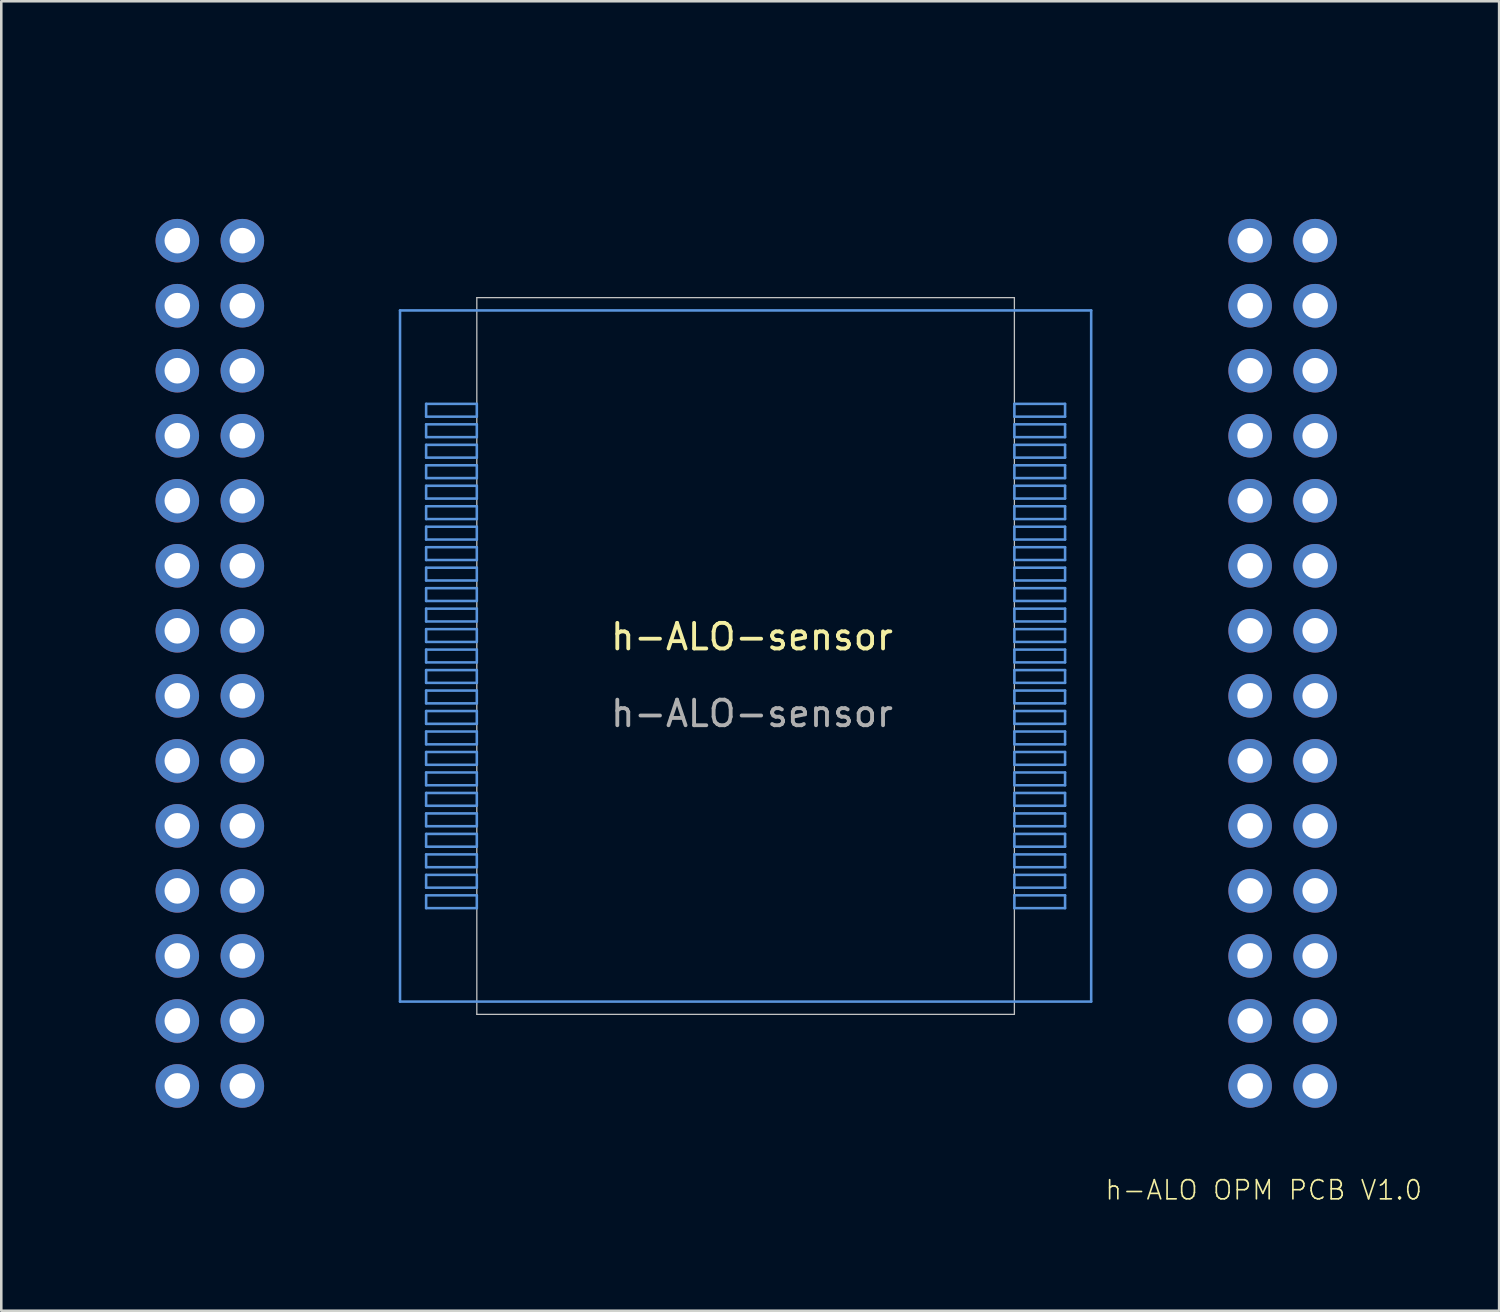
<source format=kicad_pcb>
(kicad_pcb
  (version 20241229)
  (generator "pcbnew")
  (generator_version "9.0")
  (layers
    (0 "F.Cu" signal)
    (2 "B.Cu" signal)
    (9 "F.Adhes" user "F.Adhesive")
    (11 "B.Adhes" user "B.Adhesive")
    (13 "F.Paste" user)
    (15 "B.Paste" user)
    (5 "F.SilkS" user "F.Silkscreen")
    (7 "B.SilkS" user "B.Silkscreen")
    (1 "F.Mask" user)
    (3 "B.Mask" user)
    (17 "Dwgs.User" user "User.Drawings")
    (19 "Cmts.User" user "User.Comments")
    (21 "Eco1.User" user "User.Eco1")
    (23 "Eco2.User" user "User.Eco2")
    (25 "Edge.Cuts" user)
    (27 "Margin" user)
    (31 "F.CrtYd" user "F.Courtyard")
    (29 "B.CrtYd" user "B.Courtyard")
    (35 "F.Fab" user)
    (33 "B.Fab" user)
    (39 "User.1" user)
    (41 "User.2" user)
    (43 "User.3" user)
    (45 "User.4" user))
  (footprint "h-ALO-sensor"
    (layer "F.Cu")
    (at 26.327 22.327)
    (property "Reference" "h-ALO-sensor" (at 0 -0.5 0) (unlocked yes) (layer "F.SilkS") (effects (font (size 1 1) (thickness 0.15))))
    (attr through_hole)
    (fp_line (start -26.25 -22.25) (end 25.75 -22.25) (stroke (width 0.154) (type solid)) (layer "F.Mask"))
    (fp_line (start -26.25 22.75) (end -26.25 -22.25) (stroke (width 0.154) (type solid)) (layer "F.Mask"))
    (fp_line (start 25.75 -22.25) (end 25.75 22.75) (stroke (width 0.154) (type solid)) (layer "F.Mask"))
    (fp_line (start 25.75 22.75) (end -26.25 22.75) (stroke (width 0.154) (type solid)) (layer "F.Mask"))
    (fp_line (start -26.25 -22.25) (end 25.75 -22.25) (stroke (width 0.154) (type solid)) (layer "B.Mask"))
    (fp_line (start -26.25 22.75) (end -26.25 -22.25) (stroke (width 0.154) (type solid)) (layer "B.Mask"))
    (fp_line (start 25.75 -22.25) (end 25.75 22.75) (stroke (width 0.154) (type solid)) (layer "B.Mask"))
    (fp_line (start 25.75 22.75) (end -26.25 22.75) (stroke (width 0.154) (type solid)) (layer "B.Mask"))
    (fp_line (start -10.75 -13.75) (end -10.75 14.25) (stroke (width 0.05) (type solid)) (layer "Dwgs.User"))
    (fp_line (start -10.75 -13.75) (end 10.25 -13.75) (stroke (width 0.05) (type solid)) (layer "Dwgs.User"))
    (fp_line (start -10.75 14.25) (end 10.25 14.25) (stroke (width 0.05) (type solid)) (layer "Dwgs.User"))
    (fp_line (start 10.25 -13.75) (end 10.25 14.25) (stroke (width 0.05) (type solid)) (layer "Dwgs.User"))
    (fp_line (start -13.75 -13.25) (end -13.75 13.75) (stroke (width 0.1) (type solid)) (layer "Cmts.User"))
    (fp_line (start -13.75 -13.25) (end 13.25 -13.25) (stroke (width 0.1) (type solid)) (layer "Cmts.User"))
    (fp_line (start -13.75 13.75) (end 13.25 13.75) (stroke (width 0.1) (type solid)) (layer "Cmts.User"))
    (fp_line (start -12.73 -9.6) (end -10.75 -9.6) (stroke (width 0.1) (type solid)) (layer "Cmts.User"))
    (fp_line (start -12.73 -9.1) (end -12.73 -9.6) (stroke (width 0.1) (type solid)) (layer "Cmts.User"))
    (fp_line (start -12.73 -9.1) (end -10.75 -9.1) (stroke (width 0.1) (type solid)) (layer "Cmts.User"))
    (fp_line (start -12.73 -8.8) (end -10.75 -8.8) (stroke (width 0.1) (type solid)) (layer "Cmts.User"))
    (fp_line (start -12.73 -8.3) (end -12.73 -8.8) (stroke (width 0.1) (type solid)) (layer "Cmts.User"))
    (fp_line (start -12.73 -8.3) (end -10.75 -8.3) (stroke (width 0.1) (type solid)) (layer "Cmts.User"))
    (fp_line (start -12.73 -8) (end -10.75 -8) (stroke (width 0.1) (type solid)) (layer "Cmts.User"))
    (fp_line (start -12.73 -7.5) (end -12.73 -8) (stroke (width 0.1) (type solid)) (layer "Cmts.User"))
    (fp_line (start -12.73 -7.5) (end -10.75 -7.5) (stroke (width 0.1) (type solid)) (layer "Cmts.User"))
    (fp_line (start -12.73 -7.2) (end -10.75 -7.2) (stroke (width 0.1) (type solid)) (layer "Cmts.User"))
    (fp_line (start -12.73 -6.7) (end -12.73 -7.2) (stroke (width 0.1) (type solid)) (layer "Cmts.User"))
    (fp_line (start -12.73 -6.7) (end -10.75 -6.7) (stroke (width 0.1) (type solid)) (layer "Cmts.User"))
    (fp_line (start -12.73 -6.4) (end -10.75 -6.4) (stroke (width 0.1) (type solid)) (layer "Cmts.User"))
    (fp_line (start -12.73 -5.9) (end -12.73 -6.4) (stroke (width 0.1) (type solid)) (layer "Cmts.User"))
    (fp_line (start -12.73 -5.9) (end -10.75 -5.9) (stroke (width 0.1) (type solid)) (layer "Cmts.User"))
    (fp_line (start -12.73 -5.6) (end -10.75 -5.6) (stroke (width 0.1) (type solid)) (layer "Cmts.User"))
    (fp_line (start -12.73 -5.1) (end -12.73 -5.6) (stroke (width 0.1) (type solid)) (layer "Cmts.User"))
    (fp_line (start -12.73 -5.1) (end -10.75 -5.1) (stroke (width 0.1) (type solid)) (layer "Cmts.User"))
    (fp_line (start -12.73 -4.8) (end -10.75 -4.8) (stroke (width 0.1) (type solid)) (layer "Cmts.User"))
    (fp_line (start -12.73 -4.3) (end -12.73 -4.8) (stroke (width 0.1) (type solid)) (layer "Cmts.User"))
    (fp_line (start -12.73 -4.3) (end -10.75 -4.3) (stroke (width 0.1) (type solid)) (layer "Cmts.User"))
    (fp_line (start -12.73 -4) (end -10.75 -4) (stroke (width 0.1) (type solid)) (layer "Cmts.User"))
    (fp_line (start -12.73 -3.5) (end -12.73 -4) (stroke (width 0.1) (type solid)) (layer "Cmts.User"))
    (fp_line (start -12.73 -3.5) (end -10.75 -3.5) (stroke (width 0.1) (type solid)) (layer "Cmts.User"))
    (fp_line (start -12.73 -3.2) (end -10.75 -3.2) (stroke (width 0.1) (type solid)) (layer "Cmts.User"))
    (fp_line (start -12.73 -2.7) (end -12.73 -3.2) (stroke (width 0.1) (type solid)) (layer "Cmts.User"))
    (fp_line (start -12.73 -2.7) (end -10.75 -2.7) (stroke (width 0.1) (type solid)) (layer "Cmts.User"))
    (fp_line (start -12.73 -2.4) (end -10.75 -2.4) (stroke (width 0.1) (type solid)) (layer "Cmts.User"))
    (fp_line (start -12.73 -1.9) (end -12.73 -2.4) (stroke (width 0.1) (type solid)) (layer "Cmts.User"))
    (fp_line (start -12.73 -1.9) (end -10.75 -1.9) (stroke (width 0.1) (type solid)) (layer "Cmts.User"))
    (fp_line (start -12.73 -1.6) (end -10.75 -1.6) (stroke (width 0.1) (type solid)) (layer "Cmts.User"))
    (fp_line (start -12.73 -1.1) (end -12.73 -1.6) (stroke (width 0.1) (type solid)) (layer "Cmts.User"))
    (fp_line (start -12.73 -1.1) (end -10.75 -1.1) (stroke (width 0.1) (type solid)) (layer "Cmts.User"))
    (fp_line (start -12.73 -0.8) (end -10.75 -0.8) (stroke (width 0.1) (type solid)) (layer "Cmts.User"))
    (fp_line (start -12.73 -0.3) (end -12.73 -0.8) (stroke (width 0.1) (type solid)) (layer "Cmts.User"))
    (fp_line (start -12.73 -0.3) (end -10.75 -0.3) (stroke (width 0.1) (type solid)) (layer "Cmts.User"))
    (fp_line (start -12.73 0) (end -10.75 0) (stroke (width 0.1) (type solid)) (layer "Cmts.User"))
    (fp_line (start -12.73 0.5) (end -12.73 0) (stroke (width 0.1) (type solid)) (layer "Cmts.User"))
    (fp_line (start -12.73 0.5) (end -10.75 0.5) (stroke (width 0.1) (type solid)) (layer "Cmts.User"))
    (fp_line (start -12.73 0.8) (end -10.75 0.8) (stroke (width 0.1) (type solid)) (layer "Cmts.User"))
    (fp_line (start -12.73 1.3) (end -12.73 0.8) (stroke (width 0.1) (type solid)) (layer "Cmts.User"))
    (fp_line (start -12.73 1.3) (end -10.75 1.3) (stroke (width 0.1) (type solid)) (layer "Cmts.User"))
    (fp_line (start -12.73 1.6) (end -10.75 1.6) (stroke (width 0.1) (type solid)) (layer "Cmts.User"))
    (fp_line (start -12.73 2.1) (end -12.73 1.6) (stroke (width 0.1) (type solid)) (layer "Cmts.User"))
    (fp_line (start -12.73 2.1) (end -10.75 2.1) (stroke (width 0.1) (type solid)) (layer "Cmts.User"))
    (fp_line (start -12.73 2.4) (end -10.75 2.4) (stroke (width 0.1) (type solid)) (layer "Cmts.User"))
    (fp_line (start -12.73 2.9) (end -12.73 2.4) (stroke (width 0.1) (type solid)) (layer "Cmts.User"))
    (fp_line (start -12.73 2.9) (end -10.75 2.9) (stroke (width 0.1) (type solid)) (layer "Cmts.User"))
    (fp_line (start -12.73 3.2) (end -10.75 3.2) (stroke (width 0.1) (type solid)) (layer "Cmts.User"))
    (fp_line (start -12.73 3.7) (end -12.73 3.2) (stroke (width 0.1) (type solid)) (layer "Cmts.User"))
    (fp_line (start -12.73 3.7) (end -10.75 3.7) (stroke (width 0.1) (type solid)) (layer "Cmts.User"))
    (fp_line (start -12.73 4) (end -10.75 4) (stroke (width 0.1) (type solid)) (layer "Cmts.User"))
    (fp_line (start -12.73 4.5) (end -12.73 4) (stroke (width 0.1) (type solid)) (layer "Cmts.User"))
    (fp_line (start -12.73 4.5) (end -10.75 4.5) (stroke (width 0.1) (type solid)) (layer "Cmts.User"))
    (fp_line (start -12.73 4.8) (end -10.75 4.8) (stroke (width 0.1) (type solid)) (layer "Cmts.User"))
    (fp_line (start -12.73 5.3) (end -12.73 4.8) (stroke (width 0.1) (type solid)) (layer "Cmts.User"))
    (fp_line (start -12.73 5.3) (end -10.75 5.3) (stroke (width 0.1) (type solid)) (layer "Cmts.User"))
    (fp_line (start -12.73 5.6) (end -10.75 5.6) (stroke (width 0.1) (type solid)) (layer "Cmts.User"))
    (fp_line (start -12.73 6.1) (end -12.73 5.6) (stroke (width 0.1) (type solid)) (layer "Cmts.User"))
    (fp_line (start -12.73 6.1) (end -10.75 6.1) (stroke (width 0.1) (type solid)) (layer "Cmts.User"))
    (fp_line (start -12.73 6.4) (end -10.75 6.4) (stroke (width 0.1) (type solid)) (layer "Cmts.User"))
    (fp_line (start -12.73 6.9) (end -12.73 6.4) (stroke (width 0.1) (type solid)) (layer "Cmts.User"))
    (fp_line (start -12.73 6.9) (end -10.75 6.9) (stroke (width 0.1) (type solid)) (layer "Cmts.User"))
    (fp_line (start -12.73 7.2) (end -10.75 7.2) (stroke (width 0.1) (type solid)) (layer "Cmts.User"))
    (fp_line (start -12.73 7.7) (end -12.73 7.2) (stroke (width 0.1) (type solid)) (layer "Cmts.User"))
    (fp_line (start -12.73 7.7) (end -10.75 7.7) (stroke (width 0.1) (type solid)) (layer "Cmts.User"))
    (fp_line (start -12.73 8) (end -10.75 8) (stroke (width 0.1) (type solid)) (layer "Cmts.User"))
    (fp_line (start -12.73 8.5) (end -12.73 8) (stroke (width 0.1) (type solid)) (layer "Cmts.User"))
    (fp_line (start -12.73 8.5) (end -10.75 8.5) (stroke (width 0.1) (type solid)) (layer "Cmts.User"))
    (fp_line (start -12.73 8.8) (end -10.75 8.8) (stroke (width 0.1) (type solid)) (layer "Cmts.User"))
    (fp_line (start -12.73 9.3) (end -12.73 8.8) (stroke (width 0.1) (type solid)) (layer "Cmts.User"))
    (fp_line (start -12.73 9.3) (end -10.75 9.3) (stroke (width 0.1) (type solid)) (layer "Cmts.User"))
    (fp_line (start -12.73 9.6) (end -10.75 9.6) (stroke (width 0.1) (type solid)) (layer "Cmts.User"))
    (fp_line (start -12.73 10.1) (end -12.73 9.6) (stroke (width 0.1) (type solid)) (layer "Cmts.User"))
    (fp_line (start -12.73 10.1) (end -10.75 10.1) (stroke (width 0.1) (type solid)) (layer "Cmts.User"))
    (fp_line (start -10.75 -9.6) (end -10.75 -9.1) (stroke (width 0.1) (type solid)) (layer "Cmts.User"))
    (fp_line (start -10.75 -8.8) (end -10.75 -8.3) (stroke (width 0.1) (type solid)) (layer "Cmts.User"))
    (fp_line (start -10.75 -8) (end -10.75 -7.5) (stroke (width 0.1) (type solid)) (layer "Cmts.User"))
    (fp_line (start -10.75 -7.2) (end -10.75 -6.7) (stroke (width 0.1) (type solid)) (layer "Cmts.User"))
    (fp_line (start -10.75 -6.4) (end -10.75 -5.9) (stroke (width 0.1) (type solid)) (layer "Cmts.User"))
    (fp_line (start -10.75 -5.6) (end -10.75 -5.1) (stroke (width 0.1) (type solid)) (layer "Cmts.User"))
    (fp_line (start -10.75 -4.8) (end -10.75 -4.3) (stroke (width 0.1) (type solid)) (layer "Cmts.User"))
    (fp_line (start -10.75 -4) (end -10.75 -3.5) (stroke (width 0.1) (type solid)) (layer "Cmts.User"))
    (fp_line (start -10.75 -3.2) (end -10.75 -2.7) (stroke (width 0.1) (type solid)) (layer "Cmts.User"))
    (fp_line (start -10.75 -2.4) (end -10.75 -1.9) (stroke (width 0.1) (type solid)) (layer "Cmts.User"))
    (fp_line (start -10.75 -1.6) (end -10.75 -1.1) (stroke (width 0.1) (type solid)) (layer "Cmts.User"))
    (fp_line (start -10.75 -0.8) (end -10.75 -0.3) (stroke (width 0.1) (type solid)) (layer "Cmts.User"))
    (fp_line (start -10.75 0) (end -10.75 0.5) (stroke (width 0.1) (type solid)) (layer "Cmts.User"))
    (fp_line (start -10.75 0.8) (end -10.75 1.3) (stroke (width 0.1) (type solid)) (layer "Cmts.User"))
    (fp_line (start -10.75 1.6) (end -10.75 2.1) (stroke (width 0.1) (type solid)) (layer "Cmts.User"))
    (fp_line (start -10.75 2.4) (end -10.75 2.9) (stroke (width 0.1) (type solid)) (layer "Cmts.User"))
    (fp_line (start -10.75 3.2) (end -10.75 3.7) (stroke (width 0.1) (type solid)) (layer "Cmts.User"))
    (fp_line (start -10.75 4) (end -10.75 4.5) (stroke (width 0.1) (type solid)) (layer "Cmts.User"))
    (fp_line (start -10.75 4.8) (end -10.75 5.3) (stroke (width 0.1) (type solid)) (layer "Cmts.User"))
    (fp_line (start -10.75 5.6) (end -10.75 6.1) (stroke (width 0.1) (type solid)) (layer "Cmts.User"))
    (fp_line (start -10.75 6.4) (end -10.75 6.9) (stroke (width 0.1) (type solid)) (layer "Cmts.User"))
    (fp_line (start -10.75 7.2) (end -10.75 7.7) (stroke (width 0.1) (type solid)) (layer "Cmts.User"))
    (fp_line (start -10.75 8) (end -10.75 8.5) (stroke (width 0.1) (type solid)) (layer "Cmts.User"))
    (fp_line (start -10.75 8.8) (end -10.75 9.3) (stroke (width 0.1) (type solid)) (layer "Cmts.User"))
    (fp_line (start -10.75 9.6) (end -10.75 10.1) (stroke (width 0.1) (type solid)) (layer "Cmts.User"))
    (fp_line (start 10.25 -9.6) (end 10.25 -9.1) (stroke (width 0.1) (type solid)) (layer "Cmts.User"))
    (fp_line (start 10.25 -8.8) (end 10.25 -8.3) (stroke (width 0.1) (type solid)) (layer "Cmts.User"))
    (fp_line (start 10.25 -8) (end 10.25 -7.5) (stroke (width 0.1) (type solid)) (layer "Cmts.User"))
    (fp_line (start 10.25 -7.2) (end 10.25 -6.7) (stroke (width 0.1) (type solid)) (layer "Cmts.User"))
    (fp_line (start 10.25 -6.4) (end 10.25 -5.9) (stroke (width 0.1) (type solid)) (layer "Cmts.User"))
    (fp_line (start 10.25 -5.6) (end 10.25 -5.1) (stroke (width 0.1) (type solid)) (layer "Cmts.User"))
    (fp_line (start 10.25 -4.8) (end 10.25 -4.3) (stroke (width 0.1) (type solid)) (layer "Cmts.User"))
    (fp_line (start 10.25 -4) (end 10.25 -3.5) (stroke (width 0.1) (type solid)) (layer "Cmts.User"))
    (fp_line (start 10.25 -3.2) (end 10.25 -2.7) (stroke (width 0.1) (type solid)) (layer "Cmts.User"))
    (fp_line (start 10.25 -2.4) (end 10.25 -1.9) (stroke (width 0.1) (type solid)) (layer "Cmts.User"))
    (fp_line (start 10.25 -1.6) (end 10.25 -1.1) (stroke (width 0.1) (type solid)) (layer "Cmts.User"))
    (fp_line (start 10.25 -0.8) (end 10.25 -0.3) (stroke (width 0.1) (type solid)) (layer "Cmts.User"))
    (fp_line (start 10.25 0) (end 10.25 0.5) (stroke (width 0.1) (type solid)) (layer "Cmts.User"))
    (fp_line (start 10.25 0.8) (end 10.25 1.3) (stroke (width 0.1) (type solid)) (layer "Cmts.User"))
    (fp_line (start 10.25 1.6) (end 10.25 2.1) (stroke (width 0.1) (type solid)) (layer "Cmts.User"))
    (fp_line (start 10.25 2.4) (end 10.25 2.9) (stroke (width 0.1) (type solid)) (layer "Cmts.User"))
    (fp_line (start 10.25 3.2) (end 10.25 3.7) (stroke (width 0.1) (type solid)) (layer "Cmts.User"))
    (fp_line (start 10.25 4) (end 10.25 4.5) (stroke (width 0.1) (type solid)) (layer "Cmts.User"))
    (fp_line (start 10.25 4.8) (end 10.25 5.3) (stroke (width 0.1) (type solid)) (layer "Cmts.User"))
    (fp_line (start 10.25 5.6) (end 10.25 6.1) (stroke (width 0.1) (type solid)) (layer "Cmts.User"))
    (fp_line (start 10.25 6.4) (end 10.25 6.9) (stroke (width 0.1) (type solid)) (layer "Cmts.User"))
    (fp_line (start 10.25 7.2) (end 10.25 7.7) (stroke (width 0.1) (type solid)) (layer "Cmts.User"))
    (fp_line (start 10.25 8) (end 10.25 8.5) (stroke (width 0.1) (type solid)) (layer "Cmts.User"))
    (fp_line (start 10.25 8.8) (end 10.25 9.3) (stroke (width 0.1) (type solid)) (layer "Cmts.User"))
    (fp_line (start 10.25 9.6) (end 10.25 10.1) (stroke (width 0.1) (type solid)) (layer "Cmts.User"))
    (fp_line (start 12.23 -9.6) (end 10.25 -9.6) (stroke (width 0.1) (type solid)) (layer "Cmts.User"))
    (fp_line (start 12.23 -9.6) (end 12.23 -9.1) (stroke (width 0.1) (type solid)) (layer "Cmts.User"))
    (fp_line (start 12.23 -9.1) (end 10.25 -9.1) (stroke (width 0.1) (type solid)) (layer "Cmts.User"))
    (fp_line (start 12.23 -8.8) (end 10.25 -8.8) (stroke (width 0.1) (type solid)) (layer "Cmts.User"))
    (fp_line (start 12.23 -8.8) (end 12.23 -8.3) (stroke (width 0.1) (type solid)) (layer "Cmts.User"))
    (fp_line (start 12.23 -8.3) (end 10.25 -8.3) (stroke (width 0.1) (type solid)) (layer "Cmts.User"))
    (fp_line (start 12.23 -8) (end 10.25 -8) (stroke (width 0.1) (type solid)) (layer "Cmts.User"))
    (fp_line (start 12.23 -8) (end 12.23 -7.5) (stroke (width 0.1) (type solid)) (layer "Cmts.User"))
    (fp_line (start 12.23 -7.5) (end 10.25 -7.5) (stroke (width 0.1) (type solid)) (layer "Cmts.User"))
    (fp_line (start 12.23 -7.2) (end 10.25 -7.2) (stroke (width 0.1) (type solid)) (layer "Cmts.User"))
    (fp_line (start 12.23 -7.2) (end 12.23 -6.7) (stroke (width 0.1) (type solid)) (layer "Cmts.User"))
    (fp_line (start 12.23 -6.7) (end 10.25 -6.7) (stroke (width 0.1) (type solid)) (layer "Cmts.User"))
    (fp_line (start 12.23 -6.4) (end 10.25 -6.4) (stroke (width 0.1) (type solid)) (layer "Cmts.User"))
    (fp_line (start 12.23 -6.4) (end 12.23 -5.9) (stroke (width 0.1) (type solid)) (layer "Cmts.User"))
    (fp_line (start 12.23 -5.9) (end 10.25 -5.9) (stroke (width 0.1) (type solid)) (layer "Cmts.User"))
    (fp_line (start 12.23 -5.6) (end 10.25 -5.6) (stroke (width 0.1) (type solid)) (layer "Cmts.User"))
    (fp_line (start 12.23 -5.6) (end 12.23 -5.1) (stroke (width 0.1) (type solid)) (layer "Cmts.User"))
    (fp_line (start 12.23 -5.1) (end 10.25 -5.1) (stroke (width 0.1) (type solid)) (layer "Cmts.User"))
    (fp_line (start 12.23 -4.8) (end 10.25 -4.8) (stroke (width 0.1) (type solid)) (layer "Cmts.User"))
    (fp_line (start 12.23 -4.8) (end 12.23 -4.3) (stroke (width 0.1) (type solid)) (layer "Cmts.User"))
    (fp_line (start 12.23 -4.3) (end 10.25 -4.3) (stroke (width 0.1) (type solid)) (layer "Cmts.User"))
    (fp_line (start 12.23 -4) (end 10.25 -4) (stroke (width 0.1) (type solid)) (layer "Cmts.User"))
    (fp_line (start 12.23 -4) (end 12.23 -3.5) (stroke (width 0.1) (type solid)) (layer "Cmts.User"))
    (fp_line (start 12.23 -3.5) (end 10.25 -3.5) (stroke (width 0.1) (type solid)) (layer "Cmts.User"))
    (fp_line (start 12.23 -3.2) (end 10.25 -3.2) (stroke (width 0.1) (type solid)) (layer "Cmts.User"))
    (fp_line (start 12.23 -3.2) (end 12.23 -2.7) (stroke (width 0.1) (type solid)) (layer "Cmts.User"))
    (fp_line (start 12.23 -2.7) (end 10.25 -2.7) (stroke (width 0.1) (type solid)) (layer "Cmts.User"))
    (fp_line (start 12.23 -2.4) (end 10.25 -2.4) (stroke (width 0.1) (type solid)) (layer "Cmts.User"))
    (fp_line (start 12.23 -2.4) (end 12.23 -1.9) (stroke (width 0.1) (type solid)) (layer "Cmts.User"))
    (fp_line (start 12.23 -1.9) (end 10.25 -1.9) (stroke (width 0.1) (type solid)) (layer "Cmts.User"))
    (fp_line (start 12.23 -1.6) (end 10.25 -1.6) (stroke (width 0.1) (type solid)) (layer "Cmts.User"))
    (fp_line (start 12.23 -1.6) (end 12.23 -1.1) (stroke (width 0.1) (type solid)) (layer "Cmts.User"))
    (fp_line (start 12.23 -1.1) (end 10.25 -1.1) (stroke (width 0.1) (type solid)) (layer "Cmts.User"))
    (fp_line (start 12.23 -0.8) (end 10.25 -0.8) (stroke (width 0.1) (type solid)) (layer "Cmts.User"))
    (fp_line (start 12.23 -0.8) (end 12.23 -0.3) (stroke (width 0.1) (type solid)) (layer "Cmts.User"))
    (fp_line (start 12.23 -0.3) (end 10.25 -0.3) (stroke (width 0.1) (type solid)) (layer "Cmts.User"))
    (fp_line (start 12.23 0) (end 10.25 0) (stroke (width 0.1) (type solid)) (layer "Cmts.User"))
    (fp_line (start 12.23 0) (end 12.23 0.5) (stroke (width 0.1) (type solid)) (layer "Cmts.User"))
    (fp_line (start 12.23 0.5) (end 10.25 0.5) (stroke (width 0.1) (type solid)) (layer "Cmts.User"))
    (fp_line (start 12.23 0.8) (end 10.25 0.8) (stroke (width 0.1) (type solid)) (layer "Cmts.User"))
    (fp_line (start 12.23 0.8) (end 12.23 1.3) (stroke (width 0.1) (type solid)) (layer "Cmts.User"))
    (fp_line (start 12.23 1.3) (end 10.25 1.3) (stroke (width 0.1) (type solid)) (layer "Cmts.User"))
    (fp_line (start 12.23 1.6) (end 10.25 1.6) (stroke (width 0.1) (type solid)) (layer "Cmts.User"))
    (fp_line (start 12.23 1.6) (end 12.23 2.1) (stroke (width 0.1) (type solid)) (layer "Cmts.User"))
    (fp_line (start 12.23 2.1) (end 10.25 2.1) (stroke (width 0.1) (type solid)) (layer "Cmts.User"))
    (fp_line (start 12.23 2.4) (end 10.25 2.4) (stroke (width 0.1) (type solid)) (layer "Cmts.User"))
    (fp_line (start 12.23 2.4) (end 12.23 2.9) (stroke (width 0.1) (type solid)) (layer "Cmts.User"))
    (fp_line (start 12.23 2.9) (end 10.25 2.9) (stroke (width 0.1) (type solid)) (layer "Cmts.User"))
    (fp_line (start 12.23 3.2) (end 10.25 3.2) (stroke (width 0.1) (type solid)) (layer "Cmts.User"))
    (fp_line (start 12.23 3.2) (end 12.23 3.7) (stroke (width 0.1) (type solid)) (layer "Cmts.User"))
    (fp_line (start 12.23 3.7) (end 10.25 3.7) (stroke (width 0.1) (type solid)) (layer "Cmts.User"))
    (fp_line (start 12.23 4) (end 10.25 4) (stroke (width 0.1) (type solid)) (layer "Cmts.User"))
    (fp_line (start 12.23 4) (end 12.23 4.5) (stroke (width 0.1) (type solid)) (layer "Cmts.User"))
    (fp_line (start 12.23 4.5) (end 10.25 4.5) (stroke (width 0.1) (type solid)) (layer "Cmts.User"))
    (fp_line (start 12.23 4.8) (end 10.25 4.8) (stroke (width 0.1) (type solid)) (layer "Cmts.User"))
    (fp_line (start 12.23 4.8) (end 12.23 5.3) (stroke (width 0.1) (type solid)) (layer "Cmts.User"))
    (fp_line (start 12.23 5.3) (end 10.25 5.3) (stroke (width 0.1) (type solid)) (layer "Cmts.User"))
    (fp_line (start 12.23 5.6) (end 10.25 5.6) (stroke (width 0.1) (type solid)) (layer "Cmts.User"))
    (fp_line (start 12.23 5.6) (end 12.23 6.1) (stroke (width 0.1) (type solid)) (layer "Cmts.User"))
    (fp_line (start 12.23 6.1) (end 10.25 6.1) (stroke (width 0.1) (type solid)) (layer "Cmts.User"))
    (fp_line (start 12.23 6.4) (end 10.25 6.4) (stroke (width 0.1) (type solid)) (layer "Cmts.User"))
    (fp_line (start 12.23 6.4) (end 12.23 6.9) (stroke (width 0.1) (type solid)) (layer "Cmts.User"))
    (fp_line (start 12.23 6.9) (end 10.25 6.9) (stroke (width 0.1) (type solid)) (layer "Cmts.User"))
    (fp_line (start 12.23 7.2) (end 10.25 7.2) (stroke (width 0.1) (type solid)) (layer "Cmts.User"))
    (fp_line (start 12.23 7.2) (end 12.23 7.7) (stroke (width 0.1) (type solid)) (layer "Cmts.User"))
    (fp_line (start 12.23 7.7) (end 10.25 7.7) (stroke (width 0.1) (type solid)) (layer "Cmts.User"))
    (fp_line (start 12.23 8) (end 10.25 8) (stroke (width 0.1) (type solid)) (layer "Cmts.User"))
    (fp_line (start 12.23 8) (end 12.23 8.5) (stroke (width 0.1) (type solid)) (layer "Cmts.User"))
    (fp_line (start 12.23 8.5) (end 10.25 8.5) (stroke (width 0.1) (type solid)) (layer "Cmts.User"))
    (fp_line (start 12.23 8.8) (end 10.25 8.8) (stroke (width 0.1) (type solid)) (layer "Cmts.User"))
    (fp_line (start 12.23 8.8) (end 12.23 9.3) (stroke (width 0.1) (type solid)) (layer "Cmts.User"))
    (fp_line (start 12.23 9.3) (end 10.25 9.3) (stroke (width 0.1) (type solid)) (layer "Cmts.User"))
    (fp_line (start 12.23 9.6) (end 10.25 9.6) (stroke (width 0.1) (type solid)) (layer "Cmts.User"))
    (fp_line (start 12.23 9.6) (end 12.23 10.1) (stroke (width 0.1) (type solid)) (layer "Cmts.User"))
    (fp_line (start 12.23 10.1) (end 10.25 10.1) (stroke (width 0.1) (type solid)) (layer "Cmts.User"))
    (fp_line (start 13.25 -13.25) (end 13.25 13.75) (stroke (width 0.1) (type solid)) (layer "Cmts.User"))
    (fp_text user "h-ALO OPM PCB V1.0" (at 13.75 21.55 0) (layer "F.SilkS") (effects (font (size 0.748 0.748) (thickness 0.065)) (justify left bottom)))
    (fp_text user "${REFERENCE}" (at 0 2.5 0) (unlocked yes) (layer "F.Fab") (effects (font (size 1 1) (thickness 0.15))))
    (pad "1" thru_hole oval (at -22.45 -15.975) (size 1.7 1.7) (drill 1) (layers "*.Cu" "*.Mask"))
    (pad "2" thru_hole oval (at -19.91 -15.975) (size 1.7 1.7) (drill 1) (layers "*.Cu" "*.Mask"))
    (pad "3" thru_hole oval (at -22.45 -13.435) (size 1.7 1.7) (drill 1) (layers "*.Cu" "*.Mask"))
    (pad "4" thru_hole oval (at -19.91 -13.435) (size 1.7 1.7) (drill 1) (layers "*.Cu" "*.Mask"))
    (pad "5" thru_hole oval (at -22.45 -10.895) (size 1.7 1.7) (drill 1) (layers "*.Cu" "*.Mask"))
    (pad "6" thru_hole oval (at -19.91 -10.895) (size 1.7 1.7) (drill 1) (layers "*.Cu" "*.Mask"))
    (pad "7" thru_hole oval (at -22.45 -8.355) (size 1.7 1.7) (drill 1) (layers "*.Cu" "*.Mask"))
    (pad "8" thru_hole oval (at -19.91 -8.355) (size 1.7 1.7) (drill 1) (layers "*.Cu" "*.Mask"))
    (pad "9" thru_hole oval (at -22.45 -5.815) (size 1.7 1.7) (drill 1) (layers "*.Cu" "*.Mask"))
    (pad "10" thru_hole oval (at -19.91 -5.815) (size 1.7 1.7) (drill 1) (layers "*.Cu" "*.Mask"))
    (pad "11" thru_hole oval (at -22.45 -3.275) (size 1.7 1.7) (drill 1) (layers "*.Cu" "*.Mask"))
    (pad "12" thru_hole oval (at -19.91 -3.275) (size 1.7 1.7) (drill 1) (layers "*.Cu" "*.Mask"))
    (pad "13" thru_hole oval (at -22.45 -0.735) (size 1.7 1.7) (drill 1) (layers "*.Cu" "*.Mask"))
    (pad "14" thru_hole oval (at -19.91 -0.735) (size 1.7 1.7) (drill 1) (layers "*.Cu" "*.Mask"))
    (pad "15" thru_hole oval (at -22.45 1.805) (size 1.7 1.7) (drill 1) (layers "*.Cu" "*.Mask"))
    (pad "16" thru_hole oval (at -19.91 1.805) (size 1.7 1.7) (drill 1) (layers "*.Cu" "*.Mask"))
    (pad "17" thru_hole oval (at -22.45 4.345) (size 1.7 1.7) (drill 1) (layers "*.Cu" "*.Mask"))
    (pad "18" thru_hole oval (at -19.91 4.345) (size 1.7 1.7) (drill 1) (layers "*.Cu" "*.Mask"))
    (pad "19" thru_hole oval (at -22.45 6.885) (size 1.7 1.7) (drill 1) (layers "*.Cu" "*.Mask"))
    (pad "20" thru_hole oval (at -19.91 6.885) (size 1.7 1.7) (drill 1) (layers "*.Cu" "*.Mask"))
    (pad "21" thru_hole oval (at -22.45 9.425) (size 1.7 1.7) (drill 1) (layers "*.Cu" "*.Mask"))
    (pad "22" thru_hole oval (at -19.91 9.425) (size 1.7 1.7) (drill 1) (layers "*.Cu" "*.Mask"))
    (pad "23" thru_hole oval (at -22.45 11.965) (size 1.7 1.7) (drill 1) (layers "*.Cu" "*.Mask"))
    (pad "24" thru_hole oval (at -19.91 11.965) (size 1.7 1.7) (drill 1) (layers "*.Cu" "*.Mask"))
    (pad "25" thru_hole oval (at -22.45 14.505) (size 1.7 1.7) (drill 1) (layers "*.Cu" "*.Mask"))
    (pad "26" thru_hole oval (at -19.91 14.505) (size 1.7 1.7) (drill 1) (layers "*.Cu" "*.Mask"))
    (pad "27" thru_hole oval (at -22.45 17.045) (size 1.7 1.7) (drill 1) (layers "*.Cu" "*.Mask"))
    (pad "28" thru_hole oval (at -19.91 17.045) (size 1.7 1.7) (drill 1) (layers "*.Cu" "*.Mask"))
    (pad "29" thru_hole oval (at 19.46 -15.975) (size 1.7 1.7) (drill 1) (layers "*.Cu" "*.Mask"))
    (pad "30" thru_hole oval (at 22 -15.975) (size 1.7 1.7) (drill 1) (layers "*.Cu" "*.Mask"))
    (pad "31" thru_hole oval (at 19.46 -13.435) (size 1.7 1.7) (drill 1) (layers "*.Cu" "*.Mask"))
    (pad "32" thru_hole oval (at 22 -13.435) (size 1.7 1.7) (drill 1) (layers "*.Cu" "*.Mask"))
    (pad "33" thru_hole oval (at 19.46 -10.895) (size 1.7 1.7) (drill 1) (layers "*.Cu" "*.Mask"))
    (pad "34" thru_hole oval (at 22 -10.895) (size 1.7 1.7) (drill 1) (layers "*.Cu" "*.Mask"))
    (pad "35" thru_hole oval (at 19.46 -8.355) (size 1.7 1.7) (drill 1) (layers "*.Cu" "*.Mask"))
    (pad "36" thru_hole oval (at 22 -8.355) (size 1.7 1.7) (drill 1) (layers "*.Cu" "*.Mask"))
    (pad "37" thru_hole oval (at 19.46 -5.815) (size 1.7 1.7) (drill 1) (layers "*.Cu" "*.Mask"))
    (pad "38" thru_hole oval (at 22 -5.815) (size 1.7 1.7) (drill 1) (layers "*.Cu" "*.Mask"))
    (pad "39" thru_hole oval (at 19.46 -3.275) (size 1.7 1.7) (drill 1) (layers "*.Cu" "*.Mask"))
    (pad "40" thru_hole oval (at 22 -3.275) (size 1.7 1.7) (drill 1) (layers "*.Cu" "*.Mask"))
    (pad "41" thru_hole oval (at 19.46 -0.735) (size 1.7 1.7) (drill 1) (layers "*.Cu" "*.Mask"))
    (pad "42" thru_hole oval (at 22 -0.735) (size 1.7 1.7) (drill 1) (layers "*.Cu" "*.Mask"))
    (pad "43" thru_hole oval (at 19.46 1.805) (size 1.7 1.7) (drill 1) (layers "*.Cu" "*.Mask"))
    (pad "44" thru_hole oval (at 22 1.805) (size 1.7 1.7) (drill 1) (layers "*.Cu" "*.Mask"))
    (pad "45" thru_hole oval (at 19.46 4.345) (size 1.7 1.7) (drill 1) (layers "*.Cu" "*.Mask"))
    (pad "46" thru_hole oval (at 22 4.345) (size 1.7 1.7) (drill 1) (layers "*.Cu" "*.Mask"))
    (pad "47" thru_hole oval (at 19.46 6.885) (size 1.7 1.7) (drill 1) (layers "*.Cu" "*.Mask"))
    (pad "48" thru_hole oval (at 22 6.885) (size 1.7 1.7) (drill 1) (layers "*.Cu" "*.Mask"))
    (pad "49" thru_hole oval (at 19.46 9.425) (size 1.7 1.7) (drill 1) (layers "*.Cu" "*.Mask"))
    (pad "50" thru_hole oval (at 22 9.425) (size 1.7 1.7) (drill 1) (layers "*.Cu" "*.Mask"))
    (pad "51" thru_hole oval (at 19.46 11.965) (size 1.7 1.7) (drill 1) (layers "*.Cu" "*.Mask"))
    (pad "52" thru_hole oval (at 22 11.965) (size 1.7 1.7) (drill 1) (layers "*.Cu" "*.Mask"))
    (pad "53" thru_hole oval (at 19.46 14.505) (size 1.7 1.7) (drill 1) (layers "*.Cu" "*.Mask"))
    (pad "54" thru_hole oval (at 22 14.505) (size 1.7 1.7) (drill 1) (layers "*.Cu" "*.Mask"))
    (pad "55" thru_hole oval (at 19.46 17.045) (size 1.7 1.7) (drill 1) (layers "*.Cu" "*.Mask"))
    (pad "56" thru_hole oval (at 22 17.045) (size 1.7 1.7) (drill 1) (layers "*.Cu" "*.Mask")))
  (gr_rect
    (start -3 -3)
    (end 55.514 48.154)
    (stroke (width 0.1) (type default))
    (fill no)
    (layer "Edge.Cuts")))
</source>
